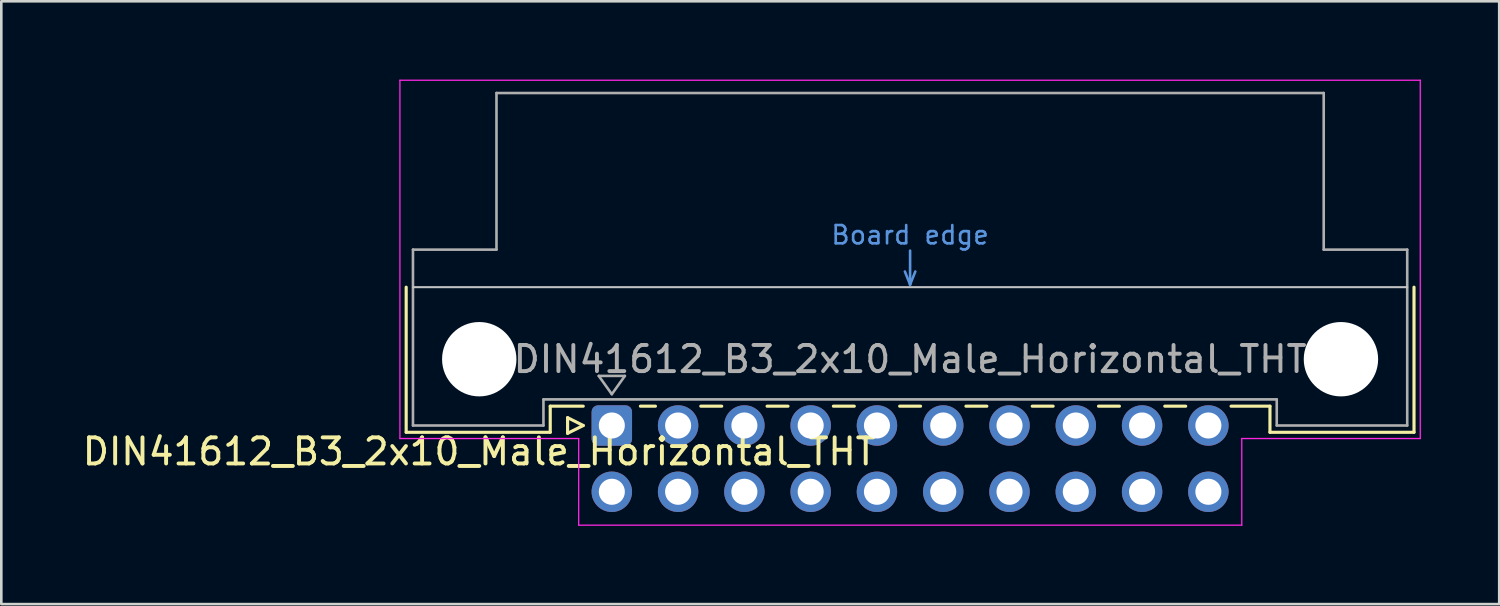
<source format=kicad_pcb>
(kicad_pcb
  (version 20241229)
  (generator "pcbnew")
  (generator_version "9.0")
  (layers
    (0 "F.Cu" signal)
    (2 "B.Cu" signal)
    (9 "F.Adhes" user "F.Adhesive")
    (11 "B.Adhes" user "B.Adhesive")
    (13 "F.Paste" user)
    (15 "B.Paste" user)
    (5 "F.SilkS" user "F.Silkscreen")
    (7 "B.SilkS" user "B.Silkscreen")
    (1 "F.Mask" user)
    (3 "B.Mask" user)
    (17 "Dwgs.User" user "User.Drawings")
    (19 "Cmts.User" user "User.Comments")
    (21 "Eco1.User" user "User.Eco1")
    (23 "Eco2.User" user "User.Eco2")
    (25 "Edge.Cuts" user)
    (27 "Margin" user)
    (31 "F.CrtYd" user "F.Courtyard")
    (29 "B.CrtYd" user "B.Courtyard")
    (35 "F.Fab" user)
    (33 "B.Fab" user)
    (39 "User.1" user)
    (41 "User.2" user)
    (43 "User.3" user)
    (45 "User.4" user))
  (footprint "DIN41612_B3_2x10_Male_Horizontal_THT"
    (layer "F.Cu")
    (at 20.395 13.255)
    (property "Reference" "DIN41612_B3_2x10_Male_Horizontal_THT" (at -5.08 1 0) (layer "F.SilkS") (effects (font (size 1 1) (thickness 0.15))))
    (attr through_hole)
    (fp_line (start -7.88 -5.3) (end -7.88 0.26) (stroke (width 0.12) (type solid)) (layer "F.SilkS"))
    (fp_line (start -7.88 0.26) (end -2.36 0.26) (stroke (width 0.12) (type solid)) (layer "F.SilkS"))
    (fp_line (start -2.361 -0.74) (end -1.095 -0.74) (stroke (width 0.12) (type solid)) (layer "F.SilkS"))
    (fp_line (start -2.36 0.26) (end -2.36 -0.74) (stroke (width 0.12) (type solid)) (layer "F.SilkS"))
    (fp_line (start -1.695 -0.3) (end -1.695 0.3) (stroke (width 0.12) (type solid)) (layer "F.SilkS"))
    (fp_line (start -1.695 0.3) (end -1.095 0) (stroke (width 0.12) (type solid)) (layer "F.SilkS"))
    (fp_line (start -1.095 0) (end -1.695 -0.3) (stroke (width 0.12) (type solid)) (layer "F.SilkS"))
    (fp_line (start 1.095 -0.74) (end 1.671 -0.74) (stroke (width 0.12) (type solid)) (layer "F.SilkS"))
    (fp_line (start 3.41 -0.74) (end 4.211 -0.74) (stroke (width 0.12) (type solid)) (layer "F.SilkS"))
    (fp_line (start 5.95 -0.74) (end 6.751 -0.74) (stroke (width 0.12) (type solid)) (layer "F.SilkS"))
    (fp_line (start 8.49 -0.74) (end 9.291 -0.74) (stroke (width 0.12) (type solid)) (layer "F.SilkS"))
    (fp_line (start 11.03 -0.74) (end 11.831 -0.74) (stroke (width 0.12) (type solid)) (layer "F.SilkS"))
    (fp_line (start 13.57 -0.74) (end 14.371 -0.74) (stroke (width 0.12) (type solid)) (layer "F.SilkS"))
    (fp_line (start 16.11 -0.74) (end 16.911 -0.74) (stroke (width 0.12) (type solid)) (layer "F.SilkS"))
    (fp_line (start 18.65 -0.74) (end 19.451 -0.74) (stroke (width 0.12) (type solid)) (layer "F.SilkS"))
    (fp_line (start 21.19 -0.74) (end 21.991 -0.74) (stroke (width 0.12) (type solid)) (layer "F.SilkS"))
    (fp_line (start 23.73 -0.74) (end 25.22 -0.74) (stroke (width 0.12) (type solid)) (layer "F.SilkS"))
    (fp_line (start 25.22 0.26) (end 25.22 -0.74) (stroke (width 0.12) (type solid)) (layer "F.SilkS"))
    (fp_line (start 30.74 -5.3) (end 30.74 0.26) (stroke (width 0.12) (type solid)) (layer "F.SilkS"))
    (fp_line (start 30.74 0.26) (end 25.22 0.26) (stroke (width 0.12) (type solid)) (layer "F.SilkS"))
    (fp_line (start -7.62 -5.3) (end 30.48 -5.3) (stroke (width 0.08) (type solid)) (layer "Dwgs.User"))
    (fp_line (start 11.23 -5.9) (end 11.43 -5.4) (stroke (width 0.1) (type solid)) (layer "Cmts.User"))
    (fp_line (start 11.43 -5.4) (end 11.43 -6.7) (stroke (width 0.1) (type solid)) (layer "Cmts.User"))
    (fp_line (start 11.43 -5.4) (end 11.63 -5.9) (stroke (width 0.1) (type solid)) (layer "Cmts.User"))
    (fp_line (start -8.12 -13.23) (end -8.12 0.5) (stroke (width 0.05) (type solid)) (layer "F.CrtYd"))
    (fp_line (start -8.12 0.5) (end -1.27 0.5) (stroke (width 0.05) (type solid)) (layer "F.CrtYd"))
    (fp_line (start -1.27 0.5) (end -1.27 3.82) (stroke (width 0.05) (type solid)) (layer "F.CrtYd"))
    (fp_line (start -1.27 3.82) (end 24.14 3.82) (stroke (width 0.05) (type solid)) (layer "F.CrtYd"))
    (fp_line (start 24.14 0.5) (end 30.98 0.5) (stroke (width 0.05) (type solid)) (layer "F.CrtYd"))
    (fp_line (start 24.14 3.82) (end 24.14 0.5) (stroke (width 0.05) (type solid)) (layer "F.CrtYd"))
    (fp_line (start 30.98 -13.23) (end -8.12 -13.23) (stroke (width 0.05) (type solid)) (layer "F.CrtYd"))
    (fp_line (start 30.98 0.5) (end 30.98 -13.23) (stroke (width 0.05) (type solid)) (layer "F.CrtYd"))
    (fp_line (start -7.62 -6.74) (end -7.62 0) (stroke (width 0.1) (type solid)) (layer "F.Fab"))
    (fp_line (start -7.62 0) (end -2.62 0) (stroke (width 0.1) (type solid)) (layer "F.Fab"))
    (fp_line (start -4.42 -12.74) (end -4.42 -6.74) (stroke (width 0.1) (type solid)) (layer "F.Fab"))
    (fp_line (start -4.42 -6.74) (end -7.62 -6.74) (stroke (width 0.1) (type solid)) (layer "F.Fab"))
    (fp_line (start -2.62 -1) (end 25.48 -1) (stroke (width 0.1) (type solid)) (layer "F.Fab"))
    (fp_line (start -2.62 0) (end -2.62 -1) (stroke (width 0.1) (type solid)) (layer "F.Fab"))
    (fp_line (start -0.5 -1.9) (end 0.5 -1.9) (stroke (width 0.1) (type solid)) (layer "F.Fab"))
    (fp_line (start 0 -1.2) (end -0.5 -1.9) (stroke (width 0.1) (type solid)) (layer "F.Fab"))
    (fp_line (start 0.5 -1.9) (end 0 -1.2) (stroke (width 0.1) (type solid)) (layer "F.Fab"))
    (fp_line (start 25.48 -1) (end 25.48 0) (stroke (width 0.1) (type solid)) (layer "F.Fab"))
    (fp_line (start 25.48 0) (end 30.48 0) (stroke (width 0.1) (type solid)) (layer "F.Fab"))
    (fp_line (start 27.28 -12.74) (end -4.42 -12.74) (stroke (width 0.1) (type solid)) (layer "F.Fab"))
    (fp_line (start 27.28 -6.74) (end 27.28 -12.74) (stroke (width 0.1) (type solid)) (layer "F.Fab"))
    (fp_line (start 30.48 -6.74) (end 27.28 -6.74) (stroke (width 0.1) (type solid)) (layer "F.Fab"))
    (fp_line (start 30.48 0) (end 30.48 -6.74) (stroke (width 0.1) (type solid)) (layer "F.Fab"))
    (fp_text user "Board edge" (at 11.43 -7.3 0) (layer "Cmts.User") (effects (font (size 0.7 0.7) (thickness 0.1))))
    (fp_text user "${REFERENCE}" (at 11.43 -2.54 0) (layer "F.Fab") (effects (font (size 1 1) (thickness 0.15))))
    (pad "" np_thru_hole circle (at -5.08 -2.54) (size 2.85 2.85) (drill 2.85) (layers "*.Cu" "*.Mask"))
    (pad "" np_thru_hole circle (at 27.94 -2.54) (size 2.85 2.85) (drill 2.85) (layers "*.Cu" "*.Mask"))
    (pad "a1" thru_hole roundrect (at 0 0) (size 1.55 1.55) (drill 1) (layers "*.Cu" "*.Mask") (roundrect_rratio 0.161))
    (pad "a2" thru_hole circle (at 2.54 0) (size 1.55 1.55) (drill 1) (layers "*.Cu" "*.Mask"))
    (pad "a3" thru_hole circle (at 5.08 0) (size 1.55 1.55) (drill 1) (layers "*.Cu" "*.Mask"))
    (pad "a4" thru_hole circle (at 7.62 0) (size 1.55 1.55) (drill 1) (layers "*.Cu" "*.Mask"))
    (pad "a5" thru_hole circle (at 10.16 0) (size 1.55 1.55) (drill 1) (layers "*.Cu" "*.Mask"))
    (pad "a6" thru_hole circle (at 12.7 0) (size 1.55 1.55) (drill 1) (layers "*.Cu" "*.Mask"))
    (pad "a7" thru_hole circle (at 15.24 0) (size 1.55 1.55) (drill 1) (layers "*.Cu" "*.Mask"))
    (pad "a8" thru_hole circle (at 17.78 0) (size 1.55 1.55) (drill 1) (layers "*.Cu" "*.Mask"))
    (pad "a9" thru_hole circle (at 20.32 0) (size 1.55 1.55) (drill 1) (layers "*.Cu" "*.Mask"))
    (pad "a10" thru_hole circle (at 22.86 0) (size 1.55 1.55) (drill 1) (layers "*.Cu" "*.Mask"))
    (pad "b1" thru_hole circle (at 0 2.54) (size 1.55 1.55) (drill 1) (layers "*.Cu" "*.Mask"))
    (pad "b2" thru_hole circle (at 2.54 2.54) (size 1.55 1.55) (drill 1) (layers "*.Cu" "*.Mask"))
    (pad "b3" thru_hole circle (at 5.08 2.54) (size 1.55 1.55) (drill 1) (layers "*.Cu" "*.Mask"))
    (pad "b4" thru_hole circle (at 7.62 2.54) (size 1.55 1.55) (drill 1) (layers "*.Cu" "*.Mask"))
    (pad "b5" thru_hole circle (at 10.16 2.54) (size 1.55 1.55) (drill 1) (layers "*.Cu" "*.Mask"))
    (pad "b6" thru_hole circle (at 12.7 2.54) (size 1.55 1.55) (drill 1) (layers "*.Cu" "*.Mask"))
    (pad "b7" thru_hole circle (at 15.24 2.54) (size 1.55 1.55) (drill 1) (layers "*.Cu" "*.Mask"))
    (pad "b8" thru_hole circle (at 17.78 2.54) (size 1.55 1.55) (drill 1) (layers "*.Cu" "*.Mask"))
    (pad "b9" thru_hole circle (at 20.32 2.54) (size 1.55 1.55) (drill 1) (layers "*.Cu" "*.Mask"))
    (pad "b10" thru_hole circle (at 22.86 2.54) (size 1.55 1.55) (drill 1) (layers "*.Cu" "*.Mask")))
  (gr_rect
    (start -3 -3)
    (end 54.4 20.1)
    (stroke (width 0.1) (type default))
    (fill no)
    (layer "Edge.Cuts")))
</source>
